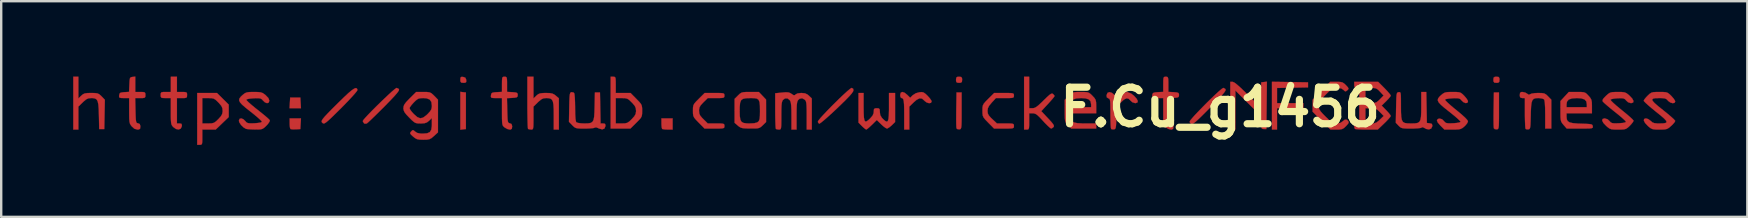
<source format=kicad_pcb>
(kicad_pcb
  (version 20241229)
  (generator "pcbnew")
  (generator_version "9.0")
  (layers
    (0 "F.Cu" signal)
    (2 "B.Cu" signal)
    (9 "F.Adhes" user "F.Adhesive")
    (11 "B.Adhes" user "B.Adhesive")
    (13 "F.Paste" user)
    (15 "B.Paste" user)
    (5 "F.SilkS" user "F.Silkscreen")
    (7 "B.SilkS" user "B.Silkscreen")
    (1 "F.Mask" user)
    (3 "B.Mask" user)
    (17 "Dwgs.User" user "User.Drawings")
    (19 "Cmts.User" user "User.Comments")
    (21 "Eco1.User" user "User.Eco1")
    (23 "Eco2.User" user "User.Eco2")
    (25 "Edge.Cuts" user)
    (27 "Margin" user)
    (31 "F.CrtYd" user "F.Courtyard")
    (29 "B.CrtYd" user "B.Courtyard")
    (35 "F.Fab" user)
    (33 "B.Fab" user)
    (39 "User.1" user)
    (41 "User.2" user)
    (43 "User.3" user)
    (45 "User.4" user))
  (footprint "F.Cu_g1456"
    (layer "F.Cu")
    (at 47.799 1.418)
    (property "Reference" "F.Cu_g1456" (at 0 0 0) (layer "F.SilkS") (effects (font (size 1.524 1.524) (thickness 0.3))))
    (attr through_hole)
    (fp_poly (pts (xy -38.32 -0.18) (xy -38.307 0.042) (xy -38.782 0.042) (xy -38.756 -0.402) (xy -38.333 -0.402) (xy -38.32 -0.18)) (stroke (width 0.01) (type solid)) (fill yes) (layer "F.Cu"))
    (fp_poly (pts (xy -31.549 -0.627) (xy -31.433 -0.614) (xy -31.433 0.91) (xy -31.549 0.924) (xy -31.665 0.937) (xy -31.665 -0.641) (xy -31.549 -0.627)) (stroke (width 0.01) (type solid)) (fill yes) (layer "F.Cu"))
    (fp_poly (pts (xy -22.818 0.931) (xy -23.022 0.931) (xy -23.148 0.926) (xy -23.235 0.912) (xy -23.255 0.903) (xy -23.272 0.847) (xy -23.282 0.738) (xy -23.283 0.67) (xy -23.283 0.466) (xy -22.818 0.466) (xy -22.818 0.931)) (stroke (width 0.01) (type solid)) (fill yes) (layer "F.Cu"))
    (fp_poly (pts (xy -38.32 0.688) (xy -38.333 0.91) (xy -38.525 0.923) (xy -38.647 0.924) (xy -38.731 0.913) (xy -38.747 0.905) (xy -38.765 0.848) (xy -38.776 0.738) (xy -38.777 0.67) (xy -38.777 0.466) (xy -38.307 0.466) (xy -38.32 0.688)) (stroke (width 0.01) (type solid)) (fill yes) (layer "F.Cu"))
    (fp_poly (pts (xy 3.662 -1.037) (xy 3.662 -0.826) (xy 3.016 -0.814) (xy 2.371 -0.802) (xy 2.371 -0.169) (xy 3.471 -0.169) (xy 3.471 0.042) (xy 2.371 0.042) (xy 2.371 0.931) (xy 2.159 0.931) (xy 2.159 -1.06) (xy 3.662 -1.037)) (stroke (width 0.01) (type solid)) (fill yes) (layer "F.Cu"))
    (fp_poly (pts (xy -31.549 -1.262) (xy -31.458 -1.232) (xy -31.422 -1.152) (xy -31.419 -1.132) (xy -31.419 -1.051) (xy -31.463 -1.02) (xy -31.536 -1.016) (xy -31.627 -1.026) (xy -31.661 -1.073) (xy -31.665 -1.146) (xy -31.657 -1.236) (xy -31.615 -1.265) (xy -31.549 -1.262)) (stroke (width 0.01) (type solid)) (fill yes) (layer "F.Cu"))
    (fp_poly (pts (xy -10.79 -1.26) (xy -10.757 -1.21) (xy -10.753 -1.143) (xy -10.763 -1.053) (xy -10.813 -1.02) (xy -10.88 -1.016) (xy -10.97 -1.026) (xy -11.003 -1.076) (xy -11.007 -1.143) (xy -10.996 -1.233) (xy -10.947 -1.266) (xy -10.88 -1.27) (xy -10.79 -1.26)) (stroke (width 0.01) (type solid)) (fill yes) (layer "F.Cu"))
    (fp_poly (pts (xy 11.605 -1.26) (xy 11.638 -1.21) (xy 11.642 -1.143) (xy 11.631 -1.053) (xy 11.582 -1.02) (xy 11.515 -1.016) (xy 11.425 -1.026) (xy 11.392 -1.076) (xy 11.388 -1.143) (xy 11.398 -1.233) (xy 11.448 -1.266) (xy 11.515 -1.27) (xy 11.605 -1.26)) (stroke (width 0.01) (type solid)) (fill yes) (layer "F.Cu"))
    (fp_poly (pts (xy -10.774 0.148) (xy -10.774 0.419) (xy -10.776 0.617) (xy -10.781 0.753) (xy -10.79 0.84) (xy -10.805 0.89) (xy -10.827 0.913) (xy -10.858 0.922) (xy -10.869 0.924) (xy -10.953 0.912) (xy -10.987 0.88) (xy -10.993 0.82) (xy -10.998 0.691) (xy -11 0.508) (xy -10.999 0.286) (xy -10.997 0.104) (xy -10.986 -0.614) (xy -10.774 -0.614) (xy -10.774 0.148)) (stroke (width 0.01) (type solid)) (fill yes) (layer "F.Cu"))
    (fp_poly (pts (xy 11.62 0.148) (xy 11.62 0.419) (xy 11.618 0.617) (xy 11.614 0.753) (xy 11.605 0.84) (xy 11.59 0.89) (xy 11.568 0.913) (xy 11.537 0.922) (xy 11.525 0.924) (xy 11.442 0.912) (xy 11.408 0.88) (xy 11.401 0.82) (xy 11.396 0.691) (xy 11.394 0.508) (xy 11.395 0.286) (xy 11.397 0.104) (xy 11.409 -0.614) (xy 11.62 -0.614) (xy 11.62 0.148)) (stroke (width 0.01) (type solid)) (fill yes) (layer "F.Cu"))
    (fp_poly (pts (xy 1.938 -0.077) (xy 1.926 0.91) (xy 1.82 0.91) (xy 1.763 0.905) (xy 1.73 0.876) (xy 1.713 0.805) (xy 1.704 0.672) (xy 1.702 0.633) (xy 1.69 0.355) (xy 1.162 -0.171) (xy 0.635 -0.697) (xy 0.635 0.931) (xy 0.423 0.931) (xy 0.423 -1.058) (xy 0.519 -1.058) (xy 0.585 -1.032) (xy 0.695 -0.951) (xy 0.851 -0.813) (xy 1.057 -0.614) (xy 1.144 -0.528) (xy 1.672 0.002) (xy 1.693 -0.518) (xy 1.714 -1.037) (xy 1.949 -1.064) (xy 1.938 -0.077)) (stroke (width 0.01) (type solid)) (fill yes) (layer "F.Cu"))
    (fp_poly (pts (xy -15.295 -0.771) (xy -15.282 -0.704) (xy -15.3 -0.652) (xy -15.356 -0.571) (xy -15.456 -0.457) (xy -15.606 -0.302) (xy -15.811 -0.101) (xy -15.97 0.052) (xy -16.171 0.24) (xy -16.353 0.405) (xy -16.508 0.54) (xy -16.626 0.636) (xy -16.696 0.684) (xy -16.711 0.688) (xy -16.757 0.636) (xy -16.764 0.599) (xy -16.735 0.547) (xy -16.654 0.448) (xy -16.532 0.313) (xy -16.38 0.152) (xy -16.209 -0.024) (xy -16.028 -0.204) (xy -15.85 -0.379) (xy -15.683 -0.536) (xy -15.54 -0.666) (xy -15.43 -0.759) (xy -15.364 -0.802) (xy -15.356 -0.804) (xy -15.295 -0.771)) (stroke (width 0.01) (type solid)) (fill yes) (layer "F.Cu"))
    (fp_poly (pts (xy -34.243 -0.771) (xy -34.219 -0.737) (xy -34.231 -0.69) (xy -34.292 -0.603) (xy -34.404 -0.472) (xy -34.572 -0.293) (xy -34.798 -0.061) (xy -34.845 -0.014) (xy -35.04 0.18) (xy -35.217 0.355) (xy -35.368 0.501) (xy -35.483 0.609) (xy -35.552 0.669) (xy -35.564 0.678) (xy -35.649 0.688) (xy -35.681 0.667) (xy -35.724 0.598) (xy -35.729 0.573) (xy -35.7 0.526) (xy -35.619 0.432) (xy -35.497 0.301) (xy -35.345 0.144) (xy -35.173 -0.028) (xy -34.992 -0.205) (xy -34.813 -0.377) (xy -34.647 -0.533) (xy -34.504 -0.663) (xy -34.394 -0.756) (xy -34.329 -0.801) (xy -34.32 -0.804) (xy -34.243 -0.771)) (stroke (width 0.01) (type solid)) (fill yes) (layer "F.Cu"))
    (fp_poly (pts (xy 0.206 -0.77) (xy 0.229 -0.734) (xy 0.22 -0.69) (xy 0.168 -0.612) (xy 0.069 -0.493) (xy -0.082 -0.329) (xy -0.289 -0.115) (xy -0.39 -0.012) (xy -0.619 0.219) (xy -0.797 0.395) (xy -0.931 0.523) (xy -1.029 0.611) (xy -1.1 0.664) (xy -1.151 0.691) (xy -1.19 0.696) (xy -1.217 0.689) (xy -1.263 0.636) (xy -1.27 0.599) (xy -1.241 0.548) (xy -1.16 0.449) (xy -1.039 0.314) (xy -0.887 0.154) (xy -0.716 -0.022) (xy -0.536 -0.203) (xy -0.358 -0.377) (xy -0.192 -0.535) (xy -0.05 -0.665) (xy 0.06 -0.758) (xy 0.125 -0.802) (xy 0.134 -0.804) (xy 0.206 -0.77)) (stroke (width 0.01) (type solid)) (fill yes) (layer "F.Cu"))
    (fp_poly (pts (xy -47.583 -0.365) (xy -47.464 -0.479) (xy -47.39 -0.54) (xy -47.313 -0.575) (xy -47.204 -0.59) (xy -47.049 -0.593) (xy -46.889 -0.59) (xy -46.787 -0.575) (xy -46.713 -0.54) (xy -46.639 -0.475) (xy -46.616 -0.452) (xy -46.48 -0.311) (xy -46.503 0.91) (xy -46.715 0.91) (xy -46.727 0.341) (xy -46.735 0.077) (xy -46.75 -0.114) (xy -46.778 -0.243) (xy -46.823 -0.323) (xy -46.891 -0.364) (xy -46.986 -0.38) (xy -47.048 -0.381) (xy -47.159 -0.371) (xy -47.253 -0.33) (xy -47.358 -0.244) (xy -47.401 -0.203) (xy -47.583 -0.025) (xy -47.583 0.931) (xy -47.794 0.931) (xy -47.794 -1.27) (xy -47.583 -1.27) (xy -47.583 -0.365)) (stroke (width 0.01) (type solid)) (fill yes) (layer "F.Cu"))
    (fp_poly (pts (xy -35.974 -0.778) (xy -35.952 -0.722) (xy -35.951 -0.719) (xy -35.977 -0.672) (xy -36.055 -0.575) (xy -36.177 -0.438) (xy -36.335 -0.268) (xy -36.521 -0.076) (xy -36.629 0.033) (xy -36.852 0.253) (xy -37.022 0.42) (xy -37.15 0.54) (xy -37.242 0.618) (xy -37.306 0.662) (xy -37.35 0.679) (xy -37.383 0.673) (xy -37.398 0.664) (xy -37.431 0.634) (xy -37.446 0.599) (xy -37.435 0.551) (xy -37.393 0.484) (xy -37.314 0.389) (xy -37.193 0.259) (xy -37.024 0.086) (xy -36.8 -0.136) (xy -36.752 -0.184) (xy -36.515 -0.415) (xy -36.33 -0.588) (xy -36.189 -0.706) (xy -36.087 -0.775) (xy -36.018 -0.798) (xy -35.974 -0.778)) (stroke (width 0.01) (type solid)) (fill yes) (layer "F.Cu"))
    (fp_poly (pts (xy -41.562 -0.351) (xy -41.317 -0.108) (xy -41.317 0.41) (xy -41.589 0.671) (xy -41.86 0.931) (xy -42.418 0.931) (xy -42.418 1.249) (xy -42.419 1.41) (xy -42.427 1.505) (xy -42.448 1.551) (xy -42.487 1.565) (xy -42.524 1.566) (xy -42.63 1.566) (xy -42.63 -0.381) (xy -42.418 -0.381) (xy -42.418 0.677) (xy -42.173 0.677) (xy -42.031 0.673) (xy -41.935 0.65) (xy -41.851 0.594) (xy -41.749 0.496) (xy -41.644 0.378) (xy -41.59 0.283) (xy -41.572 0.18) (xy -41.571 0.148) (xy -41.582 0.039) (xy -41.625 -0.056) (xy -41.716 -0.165) (xy -41.749 -0.199) (xy -41.855 -0.301) (xy -41.939 -0.356) (xy -42.036 -0.377) (xy -42.173 -0.381) (xy -42.418 -0.381) (xy -42.63 -0.381) (xy -42.63 -0.593) (xy -41.807 -0.593) (xy -41.562 -0.351)) (stroke (width 0.01) (type solid)) (fill yes) (layer "F.Cu"))
    (fp_poly (pts (xy -13.144 -0.6) (xy -13.039 -0.514) (xy -12.918 -0.394) (xy -12.815 -0.496) (xy -12.685 -0.581) (xy -12.538 -0.622) (xy -12.431 -0.631) (xy -12.353 -0.611) (xy -12.271 -0.551) (xy -12.193 -0.476) (xy -12.099 -0.371) (xy -12.037 -0.28) (xy -12.023 -0.238) (xy -12.054 -0.181) (xy -12.13 -0.168) (xy -12.225 -0.195) (xy -12.313 -0.259) (xy -12.327 -0.275) (xy -12.422 -0.359) (xy -12.527 -0.37) (xy -12.651 -0.308) (xy -12.772 -0.203) (xy -12.954 -0.025) (xy -12.954 0.931) (xy -13.166 0.931) (xy -13.166 0.342) (xy -13.167 0.076) (xy -13.173 -0.118) (xy -13.185 -0.249) (xy -13.204 -0.329) (xy -13.232 -0.369) (xy -13.272 -0.381) (xy -13.276 -0.381) (xy -13.322 -0.419) (xy -13.335 -0.508) (xy -13.31 -0.605) (xy -13.243 -0.636) (xy -13.144 -0.6)) (stroke (width 0.01) (type solid)) (fill yes) (layer "F.Cu"))
    (fp_poly (pts (xy -43.476 -0.635) (xy -43.265 -0.635) (xy -43.139 -0.632) (xy -43.077 -0.615) (xy -43.055 -0.571) (xy -43.053 -0.508) (xy -43.058 -0.433) (xy -43.086 -0.395) (xy -43.16 -0.382) (xy -43.265 -0.381) (xy -43.476 -0.381) (xy -43.476 0.677) (xy -43.368 0.677) (xy -43.29 0.69) (xy -43.269 0.744) (xy -43.272 0.794) (xy -43.315 0.89) (xy -43.402 0.929) (xy -43.513 0.908) (xy -43.624 0.83) (xy -43.667 0.783) (xy -43.697 0.733) (xy -43.716 0.663) (xy -43.725 0.558) (xy -43.73 0.402) (xy -43.73 0.177) (xy -43.73 -0.381) (xy -43.942 -0.381) (xy -44.067 -0.384) (xy -44.13 -0.401) (xy -44.151 -0.445) (xy -44.154 -0.508) (xy -44.149 -0.583) (xy -44.121 -0.621) (xy -44.047 -0.634) (xy -43.942 -0.635) (xy -43.73 -0.635) (xy -43.73 -1.27) (xy -43.476 -1.27) (xy -43.476 -0.635)) (stroke (width 0.01) (type solid)) (fill yes) (layer "F.Cu"))
    (fp_poly (pts (xy -28.617 -0.365) (xy -28.499 -0.479) (xy -28.422 -0.542) (xy -28.341 -0.576) (xy -28.226 -0.59) (xy -28.1 -0.593) (xy -27.936 -0.588) (xy -27.826 -0.567) (xy -27.74 -0.523) (xy -27.689 -0.483) (xy -27.559 -0.373) (xy -27.559 0.931) (xy -27.771 0.931) (xy -27.771 0.345) (xy -27.773 0.081) (xy -27.784 -0.11) (xy -27.809 -0.241) (xy -27.853 -0.321) (xy -27.921 -0.363) (xy -28.017 -0.379) (xy -28.09 -0.381) (xy -28.199 -0.37) (xy -28.294 -0.326) (xy -28.404 -0.234) (xy -28.436 -0.203) (xy -28.617 -0.025) (xy -28.617 0.453) (xy -28.618 0.66) (xy -28.622 0.796) (xy -28.632 0.877) (xy -28.651 0.917) (xy -28.683 0.93) (xy -28.716 0.931) (xy -28.805 0.92) (xy -28.843 0.903) (xy -28.851 0.855) (xy -28.858 0.733) (xy -28.863 0.551) (xy -28.868 0.318) (xy -28.871 0.048) (xy -28.871 -0.198) (xy -28.871 -1.27) (xy -28.617 -1.27) (xy -28.617 -0.365)) (stroke (width 0.01) (type solid)) (fill yes) (layer "F.Cu"))
    (fp_poly (pts (xy -25.242 -1.266) (xy -25.21 -1.244) (xy -25.194 -1.186) (xy -25.189 -1.074) (xy -25.188 -0.931) (xy -25.188 -0.593) (xy -24.572 -0.593) (xy -24.33 -0.348) (xy -24.21 -0.225) (xy -24.138 -0.137) (xy -24.102 -0.059) (xy -24.089 0.034) (xy -24.088 0.151) (xy -24.09 0.278) (xy -24.104 0.368) (xy -24.143 0.445) (xy -24.219 0.533) (xy -24.332 0.647) (xy -24.577 0.889) (xy -25.4 0.889) (xy -25.4 -0.381) (xy -25.188 -0.381) (xy -25.188 0.677) (xy -24.943 0.677) (xy -24.801 0.673) (xy -24.706 0.65) (xy -24.621 0.594) (xy -24.52 0.496) (xy -24.414 0.378) (xy -24.36 0.283) (xy -24.342 0.18) (xy -24.342 0.148) (xy -24.353 0.039) (xy -24.396 -0.056) (xy -24.486 -0.165) (xy -24.52 -0.199) (xy -24.626 -0.301) (xy -24.71 -0.356) (xy -24.807 -0.377) (xy -24.943 -0.381) (xy -25.188 -0.381) (xy -25.4 -0.381) (xy -25.4 -1.27) (xy -25.294 -1.27) (xy -25.242 -1.266)) (stroke (width 0.01) (type solid)) (fill yes) (layer "F.Cu"))
    (fp_poly (pts (xy -3.713 -0.571) (xy -3.598 -0.482) (xy -3.483 -0.358) (xy -3.432 -0.26) (xy -3.449 -0.195) (xy -3.533 -0.169) (xy -3.539 -0.169) (xy -3.658 -0.207) (xy -3.733 -0.275) (xy -3.817 -0.355) (xy -3.904 -0.371) (xy -4.007 -0.32) (xy -4.138 -0.201) (xy -4.315 -0.021) (xy -4.327 0.445) (xy -4.333 0.649) (xy -4.342 0.784) (xy -4.356 0.864) (xy -4.379 0.904) (xy -4.412 0.92) (xy -4.426 0.923) (xy -4.51 0.92) (xy -4.542 0.905) (xy -4.553 0.854) (xy -4.562 0.734) (xy -4.568 0.562) (xy -4.572 0.352) (xy -4.572 0.264) (xy -4.573 0.025) (xy -4.576 -0.143) (xy -4.583 -0.252) (xy -4.597 -0.317) (xy -4.618 -0.351) (xy -4.65 -0.367) (xy -4.659 -0.369) (xy -4.724 -0.412) (xy -4.733 -0.503) (xy -4.693 -0.599) (xy -4.613 -0.63) (xy -4.508 -0.597) (xy -4.41 -0.516) (xy -4.293 -0.391) (xy -4.157 -0.513) (xy -4.008 -0.612) (xy -3.864 -0.631) (xy -3.713 -0.571)) (stroke (width 0.01) (type solid)) (fill yes) (layer "F.Cu"))
    (fp_poly (pts (xy -7.959 0.042) (xy -7.822 0.042) (xy -7.75 0.033) (xy -7.673 -0.003) (xy -7.577 -0.076) (xy -7.447 -0.196) (xy -7.359 -0.282) (xy -7.211 -0.426) (xy -7.11 -0.516) (xy -7.042 -0.561) (xy -6.996 -0.568) (xy -6.966 -0.552) (xy -6.912 -0.493) (xy -6.9 -0.466) (xy -6.927 -0.423) (xy -7 -0.333) (xy -7.106 -0.213) (xy -7.177 -0.135) (xy -7.454 0.164) (xy -7.172 0.463) (xy -7.041 0.606) (xy -6.963 0.703) (xy -6.929 0.766) (xy -6.932 0.81) (xy -6.943 0.826) (xy -7.01 0.879) (xy -7.044 0.889) (xy -7.091 0.859) (xy -7.18 0.779) (xy -7.296 0.663) (xy -7.38 0.572) (xy -7.517 0.424) (xy -7.616 0.33) (xy -7.692 0.279) (xy -7.762 0.257) (xy -7.813 0.254) (xy -7.959 0.254) (xy -7.959 0.593) (xy -7.96 0.761) (xy -7.967 0.861) (xy -7.985 0.912) (xy -8.02 0.929) (xy -8.065 0.931) (xy -8.17 0.931) (xy -8.17 -1.27) (xy -7.959 -1.27) (xy -7.959 0.042)) (stroke (width 0.01) (type solid)) (fill yes) (layer "F.Cu"))
    (fp_poly (pts (xy -20.881 -0.592) (xy -20.761 -0.587) (xy -20.695 -0.574) (xy -20.666 -0.549) (xy -20.659 -0.508) (xy -20.659 -0.487) (xy -20.662 -0.435) (xy -20.684 -0.404) (xy -20.741 -0.388) (xy -20.851 -0.382) (xy -21.006 -0.381) (xy -21.354 -0.381) (xy -21.535 -0.203) (xy -21.641 -0.09) (xy -21.696 0.001) (xy -21.716 0.099) (xy -21.717 0.148) (xy -21.708 0.258) (xy -21.669 0.349) (xy -21.586 0.449) (xy -21.535 0.499) (xy -21.354 0.677) (xy -21.006 0.677) (xy -20.836 0.678) (xy -20.733 0.685) (xy -20.68 0.702) (xy -20.661 0.736) (xy -20.659 0.783) (xy -20.661 0.832) (xy -20.68 0.862) (xy -20.73 0.88) (xy -20.826 0.887) (xy -20.986 0.889) (xy -21.073 0.889) (xy -21.487 0.889) (xy -21.729 0.644) (xy -21.848 0.521) (xy -21.92 0.433) (xy -21.956 0.355) (xy -21.969 0.262) (xy -21.971 0.146) (xy -21.969 0.018) (xy -21.954 -0.072) (xy -21.915 -0.148) (xy -21.839 -0.237) (xy -21.726 -0.351) (xy -21.482 -0.593) (xy -21.07 -0.593) (xy -20.881 -0.592)) (stroke (width 0.01) (type solid)) (fill yes) (layer "F.Cu"))
    (fp_poly (pts (xy -14.859 -0.03) (xy -14.856 0.236) (xy -14.847 0.424) (xy -14.826 0.541) (xy -14.79 0.595) (xy -14.736 0.591) (xy -14.661 0.538) (xy -14.596 0.478) (xy -14.49 0.358) (xy -14.442 0.251) (xy -14.436 0.182) (xy -14.427 0.086) (xy -14.387 0.048) (xy -14.309 0.042) (xy -14.226 0.05) (xy -14.19 0.088) (xy -14.182 0.182) (xy -14.182 0.203) (xy -14.165 0.33) (xy -14.101 0.437) (xy -14.042 0.5) (xy -13.957 0.573) (xy -13.895 0.602) (xy -13.851 0.578) (xy -13.823 0.495) (xy -13.808 0.345) (xy -13.801 0.122) (xy -13.801 -0.03) (xy -13.801 -0.593) (xy -13.547 -0.593) (xy -13.547 0.618) (xy -13.686 0.754) (xy -13.783 0.835) (xy -13.863 0.884) (xy -13.886 0.889) (xy -13.946 0.861) (xy -14.042 0.789) (xy -14.127 0.711) (xy -14.309 0.533) (xy -14.511 0.732) (xy -14.619 0.833) (xy -14.704 0.905) (xy -14.748 0.931) (xy -14.796 0.904) (xy -14.879 0.834) (xy -14.927 0.787) (xy -15.071 0.643) (xy -15.071 -0.593) (xy -14.859 -0.593) (xy -14.859 -0.03)) (stroke (width 0.01) (type solid)) (fill yes) (layer "F.Cu"))
    (fp_poly (pts (xy -8.816 -0.592) (xy -8.696 -0.587) (xy -8.63 -0.574) (xy -8.601 -0.549) (xy -8.594 -0.508) (xy -8.594 -0.487) (xy -8.597 -0.436) (xy -8.617 -0.405) (xy -8.671 -0.389) (xy -8.775 -0.382) (xy -8.945 -0.381) (xy -8.969 -0.381) (xy -9.345 -0.381) (xy -9.52 -0.191) (xy -9.626 -0.064) (xy -9.679 0.04) (xy -9.694 0.149) (xy -9.694 0.155) (xy -9.684 0.254) (xy -9.643 0.34) (xy -9.556 0.439) (xy -9.498 0.494) (xy -9.302 0.677) (xy -8.948 0.677) (xy -8.775 0.678) (xy -8.67 0.685) (xy -8.616 0.702) (xy -8.597 0.734) (xy -8.594 0.783) (xy -8.596 0.832) (xy -8.615 0.862) (xy -8.665 0.88) (xy -8.761 0.887) (xy -8.921 0.889) (xy -9.008 0.889) (xy -9.422 0.889) (xy -9.664 0.644) (xy -9.783 0.521) (xy -9.855 0.433) (xy -9.891 0.355) (xy -9.904 0.262) (xy -9.906 0.146) (xy -9.904 0.018) (xy -9.889 -0.072) (xy -9.85 -0.148) (xy -9.774 -0.237) (xy -9.661 -0.351) (xy -9.417 -0.593) (xy -9.005 -0.593) (xy -8.816 -0.592)) (stroke (width 0.01) (type solid)) (fill yes) (layer "F.Cu"))
    (fp_poly (pts (xy -45.212 -0.635) (xy -45 -0.635) (xy -44.875 -0.632) (xy -44.813 -0.615) (xy -44.791 -0.571) (xy -44.789 -0.508) (xy -44.793 -0.433) (xy -44.821 -0.395) (xy -44.895 -0.382) (xy -45.002 -0.381) (xy -45.215 -0.381) (xy -45.203 0.138) (xy -45.197 0.355) (xy -45.19 0.501) (xy -45.178 0.592) (xy -45.16 0.641) (xy -45.131 0.662) (xy -45.096 0.67) (xy -45.025 0.7) (xy -45.001 0.781) (xy -45 0.807) (xy -45.012 0.896) (xy -45.063 0.928) (xy -45.124 0.931) (xy -45.249 0.897) (xy -45.356 0.801) (xy -45.402 0.742) (xy -45.433 0.683) (xy -45.452 0.607) (xy -45.462 0.495) (xy -45.465 0.33) (xy -45.466 0.145) (xy -45.466 -0.381) (xy -45.68 -0.381) (xy -45.806 -0.384) (xy -45.868 -0.399) (xy -45.886 -0.439) (xy -45.882 -0.497) (xy -45.865 -0.569) (xy -45.822 -0.606) (xy -45.728 -0.622) (xy -45.669 -0.627) (xy -45.47 -0.639) (xy -45.457 -0.944) (xy -45.449 -1.102) (xy -45.436 -1.194) (xy -45.41 -1.239) (xy -45.364 -1.257) (xy -45.328 -1.262) (xy -45.212 -1.276) (xy -45.212 -0.635)) (stroke (width 0.01) (type solid)) (fill yes) (layer "F.Cu"))
    (fp_poly (pts (xy -5.645 -0.633) (xy -5.535 -0.623) (xy -5.459 -0.596) (xy -5.39 -0.543) (xy -5.321 -0.474) (xy -5.237 -0.383) (xy -5.19 -0.305) (xy -5.17 -0.21) (xy -5.165 -0.067) (xy -5.165 -0.03) (xy -5.165 0.254) (xy -6.223 0.254) (xy -6.223 0.396) (xy -6.212 0.508) (xy -6.171 0.586) (xy -6.089 0.636) (xy -5.952 0.665) (xy -5.75 0.676) (xy -5.616 0.677) (xy -5.165 0.677) (xy -5.165 0.889) (xy -6.206 0.889) (xy -6.342 0.749) (xy -6.401 0.686) (xy -6.44 0.628) (xy -6.463 0.558) (xy -6.473 0.455) (xy -6.477 0.3) (xy -6.477 0.152) (xy -6.477 -0.12) (xy -6.223 -0.12) (xy -6.223 0) (xy -5.376 0) (xy -5.376 -0.113) (xy -5.399 -0.242) (xy -5.474 -0.325) (xy -5.61 -0.369) (xy -5.792 -0.381) (xy -5.998 -0.366) (xy -6.132 -0.319) (xy -6.204 -0.234) (xy -6.223 -0.12) (xy -6.477 -0.12) (xy -6.477 -0.306) (xy -6.313 -0.471) (xy -6.227 -0.553) (xy -6.157 -0.601) (xy -6.076 -0.626) (xy -5.958 -0.634) (xy -5.813 -0.635) (xy -5.645 -0.633)) (stroke (width 0.01) (type solid)) (fill yes) (layer "F.Cu"))
    (fp_poly (pts (xy -26.951 -0.615) (xy -26.919 -0.586) (xy -26.906 -0.524) (xy -26.894 -0.395) (xy -26.886 -0.218) (xy -26.882 -0.009) (xy -26.882 0.023) (xy -26.878 0.297) (xy -26.866 0.489) (xy -26.845 0.6) (xy -26.831 0.627) (xy -26.761 0.654) (xy -26.632 0.672) (xy -26.499 0.677) (xy -26.347 0.674) (xy -26.238 0.657) (xy -26.163 0.614) (xy -26.115 0.532) (xy -26.088 0.402) (xy -26.075 0.209) (xy -26.068 -0.044) (xy -26.056 -0.614) (xy -25.845 -0.614) (xy -25.821 0.677) (xy -25.714 0.677) (xy -25.637 0.69) (xy -25.616 0.744) (xy -25.619 0.794) (xy -25.661 0.891) (xy -25.752 0.923) (xy -25.885 0.888) (xy -25.918 0.871) (xy -26.009 0.838) (xy -26.058 0.85) (xy -26.108 0.867) (xy -26.223 0.88) (xy -26.382 0.888) (xy -26.474 0.889) (xy -26.658 0.888) (xy -26.78 0.881) (xy -26.861 0.862) (xy -26.922 0.825) (xy -26.986 0.764) (xy -27.002 0.748) (xy -27.138 0.607) (xy -27.126 -0.003) (xy -27.121 -0.242) (xy -27.114 -0.411) (xy -27.104 -0.52) (xy -27.088 -0.584) (xy -27.066 -0.616) (xy -27.035 -0.628) (xy -26.951 -0.615)) (stroke (width 0.01) (type solid)) (fill yes) (layer "F.Cu"))
    (fp_poly (pts (xy 12.718 -0.609) (xy 12.793 -0.564) (xy 12.864 -0.519) (xy 12.92 -0.541) (xy 12.921 -0.543) (xy 12.989 -0.569) (xy 13.115 -0.587) (xy 13.25 -0.593) (xy 13.406 -0.589) (xy 13.506 -0.573) (xy 13.581 -0.532) (xy 13.66 -0.459) (xy 13.665 -0.453) (xy 13.801 -0.313) (xy 13.801 0.889) (xy 13.547 0.889) (xy 13.547 0.305) (xy 13.543 0.026) (xy 13.532 -0.171) (xy 13.514 -0.291) (xy 13.496 -0.33) (xy 13.425 -0.361) (xy 13.306 -0.379) (xy 13.249 -0.381) (xy 13.144 -0.375) (xy 13.067 -0.348) (xy 13.013 -0.29) (xy 12.979 -0.189) (xy 12.959 -0.034) (xy 12.948 0.188) (xy 12.944 0.36) (xy 12.938 0.585) (xy 12.932 0.739) (xy 12.921 0.836) (xy 12.904 0.89) (xy 12.878 0.915) (xy 12.846 0.923) (xy 12.762 0.92) (xy 12.73 0.905) (xy 12.719 0.854) (xy 12.711 0.734) (xy 12.704 0.561) (xy 12.7 0.35) (xy 12.7 0.247) (xy 12.7 -0.381) (xy 12.594 -0.381) (xy 12.519 -0.395) (xy 12.491 -0.453) (xy 12.488 -0.508) (xy 12.499 -0.598) (xy 12.548 -0.632) (xy 12.601 -0.635) (xy 12.718 -0.609)) (stroke (width 0.01) (type solid)) (fill yes) (layer "F.Cu"))
    (fp_poly (pts (xy -19.074 -0.476) (xy -18.924 -0.318) (xy -18.923 0.15) (xy -18.923 0.618) (xy -19.063 0.754) (xy -19.133 0.818) (xy -19.197 0.858) (xy -19.276 0.879) (xy -19.394 0.887) (xy -19.574 0.887) (xy -19.581 0.887) (xy -19.766 0.884) (xy -19.889 0.874) (xy -19.974 0.852) (xy -20.044 0.812) (xy -20.098 0.768) (xy -20.235 0.65) (xy -20.235 0.141) (xy -20.024 0.141) (xy -20.019 0.363) (xy -19.997 0.513) (xy -19.948 0.607) (xy -19.861 0.656) (xy -19.726 0.675) (xy -19.608 0.677) (xy -19.423 0.668) (xy -19.304 0.639) (xy -19.254 0.607) (xy -19.216 0.558) (xy -19.192 0.482) (xy -19.18 0.362) (xy -19.177 0.177) (xy -19.177 0.16) (xy -19.18 -0.062) (xy -19.196 -0.214) (xy -19.234 -0.307) (xy -19.304 -0.358) (xy -19.416 -0.378) (xy -19.567 -0.381) (xy -19.758 -0.375) (xy -19.886 -0.349) (xy -19.965 -0.289) (xy -20.006 -0.181) (xy -20.022 -0.011) (xy -20.024 0.141) (xy -20.235 0.141) (xy -20.235 -0.347) (xy -20.091 -0.491) (xy -20.018 -0.561) (xy -19.953 -0.603) (xy -19.873 -0.625) (xy -19.755 -0.634) (xy -19.586 -0.635) (xy -19.225 -0.635) (xy -19.074 -0.476)) (stroke (width 0.01) (type solid)) (fill yes) (layer "F.Cu"))
    (fp_poly (pts (xy 4.996 -1.054) (xy 5.094 -1.034) (xy 5.171 -0.986) (xy 5.242 -0.918) (xy 5.323 -0.83) (xy 5.35 -0.778) (xy 5.331 -0.736) (xy 5.3 -0.706) (xy 5.237 -0.659) (xy 5.189 -0.674) (xy 5.144 -0.719) (xy 5.054 -0.78) (xy 4.916 -0.803) (xy 4.871 -0.804) (xy 4.776 -0.801) (xy 4.7 -0.782) (xy 4.624 -0.736) (xy 4.528 -0.653) (xy 4.393 -0.52) (xy 4.391 -0.518) (xy 4.256 -0.378) (xy 4.172 -0.279) (xy 4.127 -0.2) (xy 4.109 -0.123) (xy 4.106 -0.061) (xy 4.112 0.024) (xy 4.137 0.099) (xy 4.192 0.181) (xy 4.29 0.289) (xy 4.393 0.393) (xy 4.532 0.527) (xy 4.631 0.611) (xy 4.71 0.656) (xy 4.787 0.675) (xy 4.852 0.677) (xy 5.011 0.654) (xy 5.101 0.593) (xy 5.197 0.518) (xy 5.283 0.526) (xy 5.335 0.573) (xy 5.359 0.623) (xy 5.338 0.681) (xy 5.262 0.77) (xy 5.248 0.785) (xy 5.159 0.868) (xy 5.08 0.912) (xy 4.975 0.929) (xy 4.852 0.931) (xy 4.598 0.931) (xy 4.225 0.558) (xy 3.852 0.185) (xy 3.852 -0.307) (xy 4.22 -0.683) (xy 4.587 -1.058) (xy 4.847 -1.058) (xy 4.996 -1.054)) (stroke (width 0.01) (type solid)) (fill yes) (layer "F.Cu"))
    (fp_poly (pts (xy 8.603 0.011) (xy 8.615 0.656) (xy 8.734 0.67) (xy 8.819 0.692) (xy 8.843 0.75) (xy 8.84 0.797) (xy 8.795 0.888) (xy 8.703 0.926) (xy 8.586 0.905) (xy 8.522 0.869) (xy 8.44 0.831) (xy 8.403 0.846) (xy 8.352 0.865) (xy 8.234 0.879) (xy 8.068 0.888) (xy 7.964 0.889) (xy 7.773 0.888) (xy 7.646 0.881) (xy 7.563 0.864) (xy 7.503 0.832) (xy 7.448 0.781) (xy 7.436 0.769) (xy 7.321 0.649) (xy 7.333 0.018) (xy 7.338 -0.225) (xy 7.344 -0.397) (xy 7.353 -0.509) (xy 7.367 -0.576) (xy 7.388 -0.61) (xy 7.418 -0.624) (xy 7.44 -0.627) (xy 7.478 -0.63) (xy 7.504 -0.618) (xy 7.521 -0.578) (xy 7.53 -0.498) (xy 7.534 -0.363) (xy 7.535 -0.163) (xy 7.535 -0.052) (xy 7.537 0.212) (xy 7.547 0.403) (xy 7.572 0.533) (xy 7.619 0.614) (xy 7.694 0.657) (xy 7.806 0.674) (xy 7.96 0.677) (xy 7.966 0.677) (xy 8.116 0.674) (xy 8.225 0.657) (xy 8.299 0.613) (xy 8.345 0.532) (xy 8.37 0.402) (xy 8.38 0.211) (xy 8.382 -0.054) (xy 8.382 -0.635) (xy 8.591 -0.635) (xy 8.603 0.011)) (stroke (width 0.01) (type solid)) (fill yes) (layer "F.Cu"))
    (fp_poly (pts (xy -29.77 -1.266) (xy -29.738 -1.242) (xy -29.723 -1.18) (xy -29.718 -1.063) (xy -29.718 -0.955) (xy -29.718 -0.639) (xy -29.496 -0.627) (xy -29.366 -0.616) (xy -29.3 -0.595) (xy -29.276 -0.553) (xy -29.273 -0.508) (xy -29.281 -0.446) (xy -29.316 -0.412) (xy -29.402 -0.396) (xy -29.497 -0.389) (xy -29.721 -0.376) (xy -29.709 0.14) (xy -29.703 0.356) (xy -29.696 0.502) (xy -29.684 0.592) (xy -29.665 0.641) (xy -29.636 0.662) (xy -29.602 0.67) (xy -29.531 0.7) (xy -29.507 0.781) (xy -29.506 0.807) (xy -29.519 0.897) (xy -29.569 0.929) (xy -29.606 0.931) (xy -29.71 0.906) (xy -29.818 0.844) (xy -29.863 0.806) (xy -29.894 0.765) (xy -29.913 0.705) (xy -29.924 0.612) (xy -29.929 0.469) (xy -29.93 0.262) (xy -29.93 0.187) (xy -29.93 -0.381) (xy -30.165 -0.381) (xy -30.299 -0.383) (xy -30.368 -0.396) (xy -30.391 -0.43) (xy -30.388 -0.495) (xy -30.388 -0.497) (xy -30.373 -0.566) (xy -30.334 -0.602) (xy -30.249 -0.62) (xy -30.152 -0.627) (xy -29.93 -0.639) (xy -29.93 -0.955) (xy -29.928 -1.116) (xy -29.92 -1.21) (xy -29.9 -1.255) (xy -29.86 -1.269) (xy -29.824 -1.27) (xy -29.77 -1.266)) (stroke (width 0.01) (type solid)) (fill yes) (layer "F.Cu"))
    (fp_poly (pts (xy -2.211 -1.266) (xy -2.179 -1.242) (xy -2.164 -1.18) (xy -2.159 -1.063) (xy -2.159 -0.955) (xy -2.159 -0.639) (xy -1.937 -0.627) (xy -1.807 -0.616) (xy -1.741 -0.595) (xy -1.717 -0.553) (xy -1.714 -0.508) (xy -1.722 -0.446) (xy -1.757 -0.412) (xy -1.843 -0.396) (xy -1.938 -0.389) (xy -2.162 -0.376) (xy -2.15 0.14) (xy -2.144 0.356) (xy -2.137 0.502) (xy -2.125 0.592) (xy -2.106 0.641) (xy -2.077 0.662) (xy -2.043 0.67) (xy -1.972 0.7) (xy -1.948 0.781) (xy -1.947 0.807) (xy -1.96 0.897) (xy -2.01 0.929) (xy -2.047 0.931) (xy -2.151 0.906) (xy -2.259 0.844) (xy -2.304 0.806) (xy -2.335 0.765) (xy -2.354 0.705) (xy -2.365 0.612) (xy -2.37 0.469) (xy -2.371 0.262) (xy -2.371 0.187) (xy -2.371 -0.381) (xy -2.606 -0.381) (xy -2.74 -0.383) (xy -2.809 -0.396) (xy -2.832 -0.43) (xy -2.829 -0.495) (xy -2.829 -0.497) (xy -2.814 -0.566) (xy -2.775 -0.602) (xy -2.69 -0.62) (xy -2.593 -0.627) (xy -2.371 -0.639) (xy -2.371 -0.955) (xy -2.369 -1.116) (xy -2.361 -1.21) (xy -2.341 -1.255) (xy -2.301 -1.269) (xy -2.265 -1.27) (xy -2.211 -1.266)) (stroke (width 0.01) (type solid)) (fill yes) (layer "F.Cu"))
    (fp_poly (pts (xy 15.039 -0.634) (xy 15.148 -0.624) (xy 15.222 -0.598) (xy 15.286 -0.547) (xy 15.351 -0.479) (xy 15.428 -0.388) (xy 15.471 -0.307) (xy 15.49 -0.206) (xy 15.494 -0.055) (xy 15.494 -0.034) (xy 15.494 0.254) (xy 14.436 0.254) (xy 14.436 0.396) (xy 14.446 0.504) (xy 14.486 0.582) (xy 14.566 0.633) (xy 14.7 0.664) (xy 14.899 0.681) (xy 15.051 0.686) (xy 15.254 0.693) (xy 15.388 0.701) (xy 15.468 0.714) (xy 15.508 0.737) (xy 15.525 0.771) (xy 15.529 0.794) (xy 15.532 0.833) (xy 15.519 0.859) (xy 15.477 0.876) (xy 15.392 0.885) (xy 15.252 0.888) (xy 15.043 0.889) (xy 14.993 0.889) (xy 14.444 0.889) (xy 14.313 0.739) (xy 14.253 0.667) (xy 14.215 0.602) (xy 14.194 0.523) (xy 14.184 0.408) (xy 14.182 0.236) (xy 14.182 0.167) (xy 14.182 -0.12) (xy 14.436 -0.12) (xy 14.436 0) (xy 15.282 0) (xy 15.282 -0.113) (xy 15.26 -0.242) (xy 15.185 -0.325) (xy 15.049 -0.369) (xy 14.866 -0.381) (xy 14.661 -0.366) (xy 14.527 -0.319) (xy 14.455 -0.234) (xy 14.436 -0.12) (xy 14.182 -0.12) (xy 14.182 -0.256) (xy 14.531 -0.635) (xy 14.869 -0.635) (xy 15.039 -0.634)) (stroke (width 0.01) (type solid)) (fill yes) (layer "F.Cu"))
    (fp_poly (pts (xy -17.992 -0.617) (xy -17.914 -0.589) (xy -17.86 -0.554) (xy -17.777 -0.501) (xy -17.727 -0.5) (xy -17.694 -0.531) (xy -17.613 -0.574) (xy -17.474 -0.592) (xy -17.449 -0.593) (xy -17.301 -0.579) (xy -17.192 -0.526) (xy -17.137 -0.479) (xy -17.018 -0.365) (xy -17.018 0.931) (xy -17.23 0.931) (xy -17.23 0.345) (xy -17.231 0.107) (xy -17.236 -0.061) (xy -17.246 -0.174) (xy -17.263 -0.246) (xy -17.289 -0.292) (xy -17.307 -0.311) (xy -17.419 -0.375) (xy -17.524 -0.354) (xy -17.583 -0.304) (xy -17.612 -0.258) (xy -17.632 -0.186) (xy -17.645 -0.075) (xy -17.651 0.091) (xy -17.653 0.326) (xy -17.653 0.353) (xy -17.653 0.931) (xy -17.865 0.931) (xy -17.865 0.369) (xy -17.867 0.122) (xy -17.875 -0.055) (xy -17.889 -0.176) (xy -17.912 -0.254) (xy -17.931 -0.287) (xy -18.026 -0.368) (xy -18.132 -0.367) (xy -18.218 -0.304) (xy -18.247 -0.258) (xy -18.267 -0.186) (xy -18.28 -0.075) (xy -18.286 0.091) (xy -18.288 0.326) (xy -18.288 0.353) (xy -18.288 0.584) (xy -18.291 0.743) (xy -18.298 0.844) (xy -18.312 0.901) (xy -18.335 0.925) (xy -18.37 0.931) (xy -18.387 0.931) (xy -18.476 0.92) (xy -18.514 0.903) (xy -18.523 0.853) (xy -18.531 0.734) (xy -18.537 0.558) (xy -18.541 0.34) (xy -18.542 0.147) (xy -18.542 -0.581) (xy -18.259 -0.61) (xy -18.098 -0.623) (xy -17.992 -0.617)) (stroke (width 0.01) (type solid)) (fill yes) (layer "F.Cu"))
    (fp_poly (pts (xy 6.849 -0.793) (xy 6.967 -0.669) (xy 7.057 -0.565) (xy 7.107 -0.498) (xy 7.112 -0.484) (xy 7.084 -0.434) (xy 7.01 -0.346) (xy 6.921 -0.254) (xy 6.731 -0.067) (xy 6.921 0.127) (xy 7.02 0.234) (xy 7.089 0.321) (xy 7.112 0.365) (xy 7.083 0.413) (xy 7.006 0.502) (xy 6.896 0.617) (xy 6.84 0.671) (xy 6.569 0.931) (xy 6.107 0.931) (xy 5.917 0.929) (xy 5.759 0.922) (xy 5.653 0.913) (xy 5.616 0.903) (xy 5.594 0.843) (xy 5.588 0.776) (xy 5.607 0.7) (xy 5.681 0.678) (xy 5.694 0.677) (xy 5.8 0.677) (xy 5.8 0.042) (xy 6.054 0.042) (xy 6.054 0.677) (xy 6.274 0.677) (xy 6.415 0.67) (xy 6.513 0.638) (xy 6.61 0.563) (xy 6.655 0.52) (xy 6.816 0.364) (xy 6.659 0.203) (xy 6.556 0.107) (xy 6.467 0.059) (xy 6.352 0.043) (xy 6.278 0.042) (xy 6.054 0.042) (xy 5.8 0.042) (xy 5.8 -0.804) (xy 6.054 -0.804) (xy 6.054 -0.169) (xy 6.278 -0.169) (xy 6.419 -0.176) (xy 6.515 -0.206) (xy 6.605 -0.277) (xy 6.656 -0.328) (xy 6.811 -0.487) (xy 6.664 -0.646) (xy 6.571 -0.739) (xy 6.489 -0.786) (xy 6.381 -0.803) (xy 6.286 -0.804) (xy 6.054 -0.804) (xy 5.8 -0.804) (xy 5.694 -0.804) (xy 5.618 -0.818) (xy 5.591 -0.876) (xy 5.588 -0.931) (xy 5.588 -1.058) (xy 6.585 -1.058) (xy 6.849 -0.793)) (stroke (width 0.01) (type solid)) (fill yes) (layer "F.Cu"))
    (fp_poly (pts (xy 9.854 -0.633) (xy 9.963 -0.622) (xy 10.039 -0.594) (xy 10.108 -0.539) (xy 10.173 -0.474) (xy 10.262 -0.37) (xy 10.319 -0.279) (xy 10.329 -0.242) (xy 10.3 -0.182) (xy 10.229 -0.172) (xy 10.14 -0.209) (xy 10.066 -0.277) (xy 10.015 -0.333) (xy 9.956 -0.364) (xy 9.867 -0.376) (xy 9.722 -0.374) (xy 9.683 -0.372) (xy 9.533 -0.36) (xy 9.421 -0.341) (xy 9.37 -0.317) (xy 9.369 -0.315) (xy 9.395 -0.275) (xy 9.477 -0.193) (xy 9.603 -0.079) (xy 9.762 0.055) (xy 9.842 0.119) (xy 10.054 0.295) (xy 10.209 0.435) (xy 10.302 0.536) (xy 10.329 0.589) (xy 10.299 0.663) (xy 10.223 0.758) (xy 10.18 0.8) (xy 10.099 0.866) (xy 10.025 0.905) (xy 9.932 0.924) (xy 9.795 0.931) (xy 9.688 0.931) (xy 9.346 0.931) (xy 9.177 0.763) (xy 9.068 0.636) (xy 9.033 0.547) (xy 9.072 0.492) (xy 9.139 0.473) (xy 9.245 0.499) (xy 9.32 0.57) (xy 9.372 0.628) (xy 9.43 0.66) (xy 9.518 0.672) (xy 9.66 0.67) (xy 9.706 0.669) (xy 9.857 0.656) (xy 9.969 0.636) (xy 10.02 0.612) (xy 10.02 0.61) (xy 9.994 0.57) (xy 9.911 0.488) (xy 9.784 0.377) (xy 9.623 0.246) (xy 9.549 0.187) (xy 9.338 0.02) (xy 9.191 -0.109) (xy 9.102 -0.209) (xy 9.068 -0.29) (xy 9.083 -0.364) (xy 9.141 -0.44) (xy 9.209 -0.504) (xy 9.292 -0.571) (xy 9.368 -0.61) (xy 9.464 -0.629) (xy 9.606 -0.635) (xy 9.687 -0.635) (xy 9.854 -0.633)) (stroke (width 0.01) (type solid)) (fill yes) (layer "F.Cu"))
    (fp_poly (pts (xy 18.473 -0.633) (xy 18.582 -0.623) (xy 18.66 -0.594) (xy 18.731 -0.539) (xy 18.801 -0.471) (xy 18.893 -0.367) (xy 18.953 -0.277) (xy 18.965 -0.238) (xy 18.934 -0.181) (xy 18.858 -0.168) (xy 18.763 -0.195) (xy 18.675 -0.259) (xy 18.661 -0.275) (xy 18.604 -0.334) (xy 18.534 -0.366) (xy 18.424 -0.379) (xy 18.311 -0.381) (xy 18.15 -0.377) (xy 18.048 -0.36) (xy 18.005 -0.324) (xy 18.024 -0.264) (xy 18.106 -0.172) (xy 18.254 -0.043) (xy 18.461 0.123) (xy 18.636 0.264) (xy 18.785 0.39) (xy 18.896 0.491) (xy 18.957 0.556) (xy 18.965 0.572) (xy 18.936 0.628) (xy 18.861 0.716) (xy 18.796 0.778) (xy 18.704 0.857) (xy 18.626 0.903) (xy 18.535 0.924) (xy 18.402 0.931) (xy 18.309 0.931) (xy 18.144 0.929) (xy 18.035 0.916) (xy 17.954 0.884) (xy 17.872 0.823) (xy 17.822 0.778) (xy 17.71 0.658) (xy 17.658 0.559) (xy 17.668 0.492) (xy 17.742 0.466) (xy 17.748 0.466) (xy 17.843 0.497) (xy 17.94 0.568) (xy 17.943 0.572) (xy 18.013 0.632) (xy 18.096 0.664) (xy 18.219 0.676) (xy 18.305 0.677) (xy 18.463 0.673) (xy 18.564 0.657) (xy 18.606 0.623) (xy 18.587 0.563) (xy 18.505 0.473) (xy 18.359 0.345) (xy 18.157 0.183) (xy 17.982 0.04) (xy 17.833 -0.087) (xy 17.723 -0.188) (xy 17.661 -0.254) (xy 17.653 -0.27) (xy 17.681 -0.327) (xy 17.754 -0.416) (xy 17.814 -0.478) (xy 17.898 -0.557) (xy 17.969 -0.604) (xy 18.053 -0.627) (xy 18.176 -0.634) (xy 18.305 -0.635) (xy 18.473 -0.633)) (stroke (width 0.01) (type solid)) (fill yes) (layer "F.Cu"))
    (fp_poly (pts (xy 16.738 -0.633) (xy 16.847 -0.62) (xy 16.928 -0.588) (xy 17.009 -0.528) (xy 17.06 -0.482) (xy 17.176 -0.358) (xy 17.226 -0.26) (xy 17.21 -0.195) (xy 17.126 -0.169) (xy 17.119 -0.169) (xy 17 -0.208) (xy 16.924 -0.277) (xy 16.871 -0.335) (xy 16.809 -0.366) (xy 16.714 -0.376) (xy 16.562 -0.372) (xy 16.41 -0.359) (xy 16.305 -0.336) (xy 16.268 -0.312) (xy 16.294 -0.27) (xy 16.376 -0.187) (xy 16.502 -0.073) (xy 16.662 0.06) (xy 16.741 0.124) (xy 16.913 0.264) (xy 17.059 0.389) (xy 17.167 0.488) (xy 17.224 0.551) (xy 17.23 0.564) (xy 17.201 0.622) (xy 17.129 0.712) (xy 17.069 0.775) (xy 16.984 0.854) (xy 16.912 0.901) (xy 16.828 0.923) (xy 16.703 0.931) (xy 16.582 0.931) (xy 16.415 0.929) (xy 16.304 0.917) (xy 16.223 0.887) (xy 16.145 0.829) (xy 16.087 0.778) (xy 15.971 0.655) (xy 15.921 0.557) (xy 15.937 0.491) (xy 16.021 0.466) (xy 16.028 0.466) (xy 16.147 0.504) (xy 16.223 0.573) (xy 16.274 0.629) (xy 16.332 0.66) (xy 16.421 0.672) (xy 16.565 0.67) (xy 16.61 0.669) (xy 16.785 0.655) (xy 16.887 0.631) (xy 16.912 0.607) (xy 16.881 0.564) (xy 16.794 0.481) (xy 16.664 0.368) (xy 16.503 0.236) (xy 16.447 0.192) (xy 16.275 0.054) (xy 16.126 -0.071) (xy 16.013 -0.17) (xy 15.95 -0.233) (xy 15.943 -0.243) (xy 15.937 -0.3) (xy 15.982 -0.374) (xy 16.079 -0.473) (xy 16.172 -0.556) (xy 16.248 -0.604) (xy 16.336 -0.627) (xy 16.463 -0.634) (xy 16.572 -0.635) (xy 16.738 -0.633)) (stroke (width 0.01) (type solid)) (fill yes) (layer "F.Cu"))
    (fp_poly (pts (xy -40.096 -0.632) (xy -39.982 -0.619) (xy -39.897 -0.588) (xy -39.815 -0.532) (xy -39.782 -0.505) (xy -39.664 -0.382) (xy -39.624 -0.272) (xy -39.651 -0.192) (xy -39.72 -0.169) (xy -39.81 -0.204) (xy -39.887 -0.277) (xy -39.938 -0.333) (xy -39.997 -0.364) (xy -40.087 -0.376) (xy -40.232 -0.374) (xy -40.271 -0.372) (xy -40.421 -0.36) (xy -40.533 -0.34) (xy -40.584 -0.315) (xy -40.585 -0.314) (xy -40.559 -0.273) (xy -40.476 -0.192) (xy -40.349 -0.081) (xy -40.188 0.051) (xy -40.114 0.109) (xy -39.939 0.248) (xy -39.789 0.371) (xy -39.676 0.47) (xy -39.613 0.532) (xy -39.604 0.544) (xy -39.619 0.605) (xy -39.684 0.699) (xy -39.746 0.767) (xy -39.834 0.851) (xy -39.906 0.9) (xy -39.99 0.923) (xy -40.113 0.929) (xy -40.222 0.928) (xy -40.384 0.923) (xy -40.517 0.914) (xy -40.595 0.903) (xy -40.598 0.902) (xy -40.703 0.838) (xy -40.804 0.739) (xy -40.875 0.632) (xy -40.894 0.564) (xy -40.866 0.486) (xy -40.797 0.466) (xy -40.707 0.501) (xy -40.631 0.573) (xy -40.58 0.63) (xy -40.521 0.661) (xy -40.431 0.672) (xy -40.286 0.67) (xy -40.247 0.669) (xy -40.094 0.656) (xy -39.982 0.636) (xy -39.933 0.611) (xy -39.933 0.61) (xy -39.959 0.569) (xy -40.042 0.488) (xy -40.169 0.376) (xy -40.33 0.245) (xy -40.404 0.187) (xy -40.615 0.019) (xy -40.762 -0.109) (xy -40.85 -0.209) (xy -40.885 -0.291) (xy -40.87 -0.365) (xy -40.812 -0.441) (xy -40.744 -0.504) (xy -40.662 -0.571) (xy -40.585 -0.61) (xy -40.489 -0.629) (xy -40.346 -0.635) (xy -40.267 -0.635) (xy -40.096 -0.632)) (stroke (width 0.01) (type solid)) (fill yes) (layer "F.Cu"))
    (fp_poly (pts (xy -33.049 -0.633) (xy -32.946 -0.618) (xy -32.87 -0.582) (xy -32.793 -0.514) (xy -32.753 -0.474) (xy -32.597 -0.314) (xy -32.597 1.048) (xy -32.766 1.202) (xy -32.866 1.286) (xy -32.952 1.332) (xy -33.055 1.351) (xy -33.209 1.355) (xy -33.366 1.35) (xy -33.472 1.33) (xy -33.557 1.284) (xy -33.634 1.222) (xy -33.723 1.14) (xy -33.756 1.088) (xy -33.741 1.043) (xy -33.713 1.01) (xy -33.658 0.957) (xy -33.613 0.961) (xy -33.55 1.015) (xy -33.463 1.071) (xy -33.338 1.097) (xy -33.225 1.101) (xy -33.049 1.087) (xy -32.937 1.038) (xy -32.876 0.94) (xy -32.852 0.779) (xy -32.851 0.698) (xy -32.851 0.45) (xy -32.969 0.564) (xy -33.058 0.633) (xy -33.155 0.667) (xy -33.297 0.677) (xy -33.32 0.677) (xy -33.438 0.674) (xy -33.523 0.658) (xy -33.6 0.615) (xy -33.694 0.533) (xy -33.794 0.433) (xy -33.92 0.299) (xy -33.994 0.201) (xy -34.028 0.118) (xy -34.036 0.042) (xy -33.782 0.042) (xy -33.754 0.103) (xy -33.682 0.199) (xy -33.604 0.284) (xy -33.462 0.409) (xy -33.341 0.46) (xy -33.223 0.437) (xy -33.088 0.34) (xy -33.032 0.288) (xy -32.926 0.174) (xy -32.871 0.082) (xy -32.852 -0.017) (xy -32.851 -0.058) (xy -32.872 -0.22) (xy -32.943 -0.321) (xy -33.074 -0.372) (xy -33.208 -0.381) (xy -33.337 -0.375) (xy -33.429 -0.349) (xy -33.516 -0.285) (xy -33.604 -0.199) (xy -33.699 -0.093) (xy -33.764 -0.002) (xy -33.782 0.042) (xy -34.036 0.042) (xy -34.036 0.04) (xy -34.027 -0.043) (xy -33.992 -0.122) (xy -33.919 -0.217) (xy -33.796 -0.346) (xy -33.77 -0.372) (xy -33.505 -0.635) (xy -33.207 -0.635) (xy -33.049 -0.633)) (stroke (width 0.01) (type solid)) (fill yes) (layer "F.Cu")))
  (gr_rect
    (start -3 -3)
    (end 69.77 5.989)
    (stroke (width 0.1) (type default))
    (fill no)
    (layer "Edge.Cuts")))
</source>
